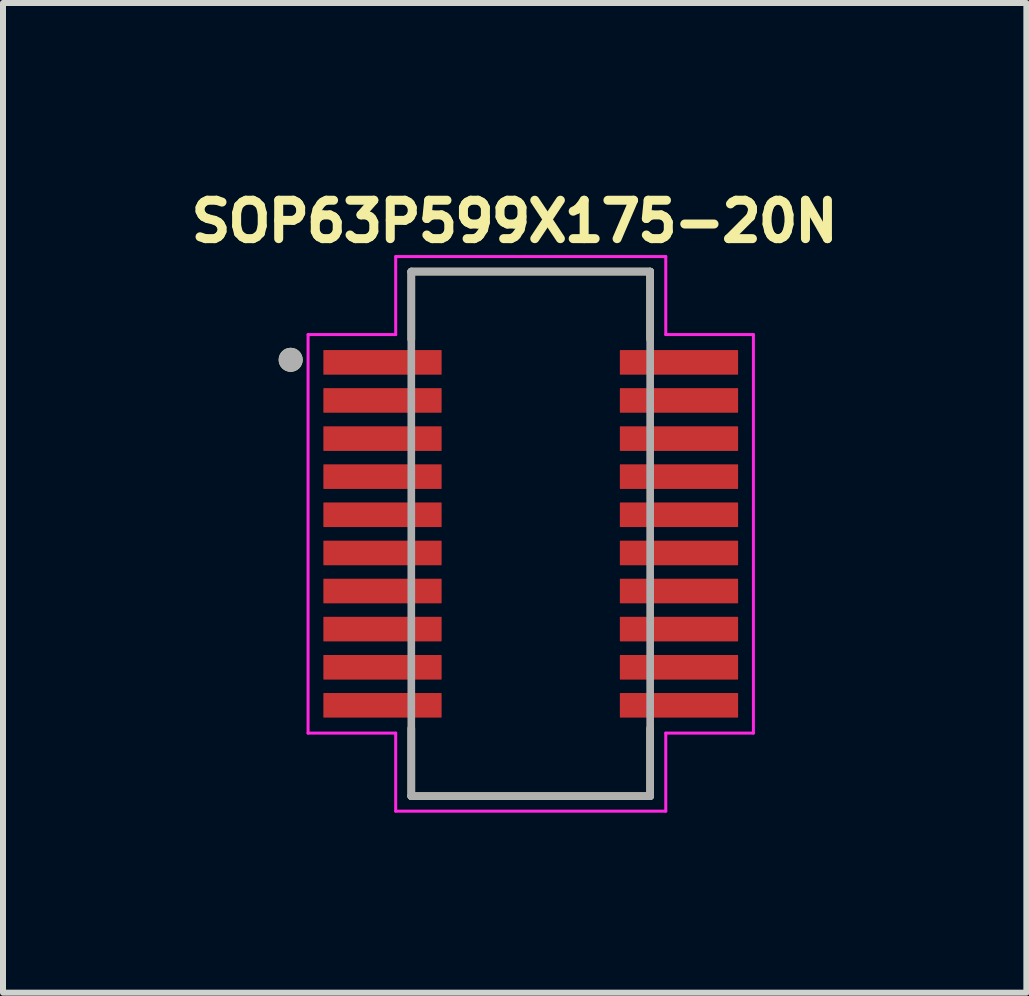
<source format=kicad_pcb>
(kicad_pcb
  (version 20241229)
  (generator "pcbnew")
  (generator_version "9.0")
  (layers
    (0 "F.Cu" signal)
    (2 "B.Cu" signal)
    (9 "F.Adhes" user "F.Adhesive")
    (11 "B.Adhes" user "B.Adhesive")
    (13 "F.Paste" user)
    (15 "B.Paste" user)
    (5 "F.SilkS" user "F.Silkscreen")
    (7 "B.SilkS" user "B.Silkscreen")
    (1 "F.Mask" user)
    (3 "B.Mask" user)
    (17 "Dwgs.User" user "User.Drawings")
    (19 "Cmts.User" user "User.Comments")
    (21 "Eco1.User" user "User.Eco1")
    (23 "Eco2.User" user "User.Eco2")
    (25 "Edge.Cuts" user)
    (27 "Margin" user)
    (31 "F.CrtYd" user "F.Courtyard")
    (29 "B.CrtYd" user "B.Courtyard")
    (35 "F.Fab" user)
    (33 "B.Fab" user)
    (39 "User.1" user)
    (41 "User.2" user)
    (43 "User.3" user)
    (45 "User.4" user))
  (footprint "SOP63P599X175-20N"
    (layer "F.Cu")
    (at 5.793 5.845)
    (property "Reference" "SOP63P599X175-20N" (at -0.268 -5.207 0) (layer "F.SilkS") (effects (font (size 0.64 0.64) (thickness 0.15))))
    (attr through_hole)
    (fp_line (start -1.99 -4.37) (end 1.99 -4.37) (stroke (width 0.127) (type solid)) (layer "F.SilkS"))
    (fp_line (start -1.99 -3.24) (end -1.99 -4.37) (stroke (width 0.127) (type solid)) (layer "F.SilkS"))
    (fp_line (start -1.99 3.24) (end -1.99 4.37) (stroke (width 0.127) (type solid)) (layer "F.SilkS"))
    (fp_line (start -1.99 4.37) (end 1.99 4.37) (stroke (width 0.127) (type solid)) (layer "F.SilkS"))
    (fp_line (start 1.99 -4.37) (end 1.99 -3.24) (stroke (width 0.127) (type solid)) (layer "F.SilkS"))
    (fp_line (start 1.99 4.37) (end 1.99 3.24) (stroke (width 0.127) (type solid)) (layer "F.SilkS"))
    (fp_circle (center -4 -2.9) (end -3.9 -2.9) (stroke (width 0.2) (type solid)) (fill no) (layer "F.SilkS"))
    (fp_line (start -3.71 -3.32) (end -2.25 -3.32) (stroke (width 0.05) (type solid)) (layer "F.CrtYd"))
    (fp_line (start -3.71 3.32) (end -3.71 -3.32) (stroke (width 0.05) (type solid)) (layer "F.CrtYd"))
    (fp_line (start -2.25 -4.62) (end 2.25 -4.62) (stroke (width 0.05) (type solid)) (layer "F.CrtYd"))
    (fp_line (start -2.25 -3.32) (end -2.25 -4.62) (stroke (width 0.05) (type solid)) (layer "F.CrtYd"))
    (fp_line (start -2.25 3.32) (end -3.71 3.32) (stroke (width 0.05) (type solid)) (layer "F.CrtYd"))
    (fp_line (start -2.25 4.62) (end -2.25 3.32) (stroke (width 0.05) (type solid)) (layer "F.CrtYd"))
    (fp_line (start 2.25 -4.62) (end 2.25 -3.32) (stroke (width 0.05) (type solid)) (layer "F.CrtYd"))
    (fp_line (start 2.25 -3.32) (end 3.71 -3.32) (stroke (width 0.05) (type solid)) (layer "F.CrtYd"))
    (fp_line (start 2.25 3.32) (end 2.25 4.62) (stroke (width 0.05) (type solid)) (layer "F.CrtYd"))
    (fp_line (start 2.25 4.62) (end -2.25 4.62) (stroke (width 0.05) (type solid)) (layer "F.CrtYd"))
    (fp_line (start 3.71 3.32) (end 2.25 3.32) (stroke (width 0.05) (type solid)) (layer "F.CrtYd"))
    (fp_line (start 3.71 3.32) (end 3.71 -3.32) (stroke (width 0.05) (type solid)) (layer "F.CrtYd"))
    (fp_line (start -1.99 -4.37) (end 1.99 -4.37) (stroke (width 0.127) (type solid)) (layer "F.Fab"))
    (fp_line (start -1.99 4.37) (end -1.99 -4.37) (stroke (width 0.127) (type solid)) (layer "F.Fab"))
    (fp_line (start 1.99 -4.37) (end 1.99 4.37) (stroke (width 0.127) (type solid)) (layer "F.Fab"))
    (fp_line (start 1.99 4.37) (end -1.99 4.37) (stroke (width 0.127) (type solid)) (layer "F.Fab"))
    (fp_circle (center -4 -2.9) (end -3.9 -2.9) (stroke (width 0.2) (type solid)) (fill no) (layer "F.Fab"))
    (pad "1" smd roundrect (at -2.47 -2.857) (size 1.97 0.41) (layers "F.Cu" "F.Mask" "F.Paste") (roundrect_rratio 0.02))
    (pad "2" smd roundrect (at -2.47 -2.223) (size 1.97 0.41) (layers "F.Cu" "F.Mask" "F.Paste") (roundrect_rratio 0.02))
    (pad "3" smd roundrect (at -2.47 -1.587) (size 1.97 0.41) (layers "F.Cu" "F.Mask" "F.Paste") (roundrect_rratio 0.02))
    (pad "4" smd roundrect (at -2.47 -0.953) (size 1.97 0.41) (layers "F.Cu" "F.Mask" "F.Paste") (roundrect_rratio 0.02))
    (pad "5" smd roundrect (at -2.47 -0.318) (size 1.97 0.41) (layers "F.Cu" "F.Mask" "F.Paste") (roundrect_rratio 0.02))
    (pad "6" smd roundrect (at -2.47 0.318) (size 1.97 0.41) (layers "F.Cu" "F.Mask" "F.Paste") (roundrect_rratio 0.02))
    (pad "7" smd roundrect (at -2.47 0.953) (size 1.97 0.41) (layers "F.Cu" "F.Mask" "F.Paste") (roundrect_rratio 0.02))
    (pad "8" smd roundrect (at -2.47 1.587) (size 1.97 0.41) (layers "F.Cu" "F.Mask" "F.Paste") (roundrect_rratio 0.02))
    (pad "9" smd roundrect (at -2.47 2.223) (size 1.97 0.41) (layers "F.Cu" "F.Mask" "F.Paste") (roundrect_rratio 0.02))
    (pad "10" smd roundrect (at -2.47 2.857) (size 1.97 0.41) (layers "F.Cu" "F.Mask" "F.Paste") (roundrect_rratio 0.02))
    (pad "11" smd roundrect (at 2.47 2.857 180) (size 1.97 0.41) (layers "F.Cu" "F.Mask" "F.Paste") (roundrect_rratio 0.02))
    (pad "12" smd roundrect (at 2.47 2.223 180) (size 1.97 0.41) (layers "F.Cu" "F.Mask" "F.Paste") (roundrect_rratio 0.02))
    (pad "13" smd roundrect (at 2.47 1.587 180) (size 1.97 0.41) (layers "F.Cu" "F.Mask" "F.Paste") (roundrect_rratio 0.02))
    (pad "14" smd roundrect (at 2.47 0.953 180) (size 1.97 0.41) (layers "F.Cu" "F.Mask" "F.Paste") (roundrect_rratio 0.02))
    (pad "15" smd roundrect (at 2.47 0.318 180) (size 1.97 0.41) (layers "F.Cu" "F.Mask" "F.Paste") (roundrect_rratio 0.02))
    (pad "16" smd roundrect (at 2.47 -0.318 180) (size 1.97 0.41) (layers "F.Cu" "F.Mask" "F.Paste") (roundrect_rratio 0.02))
    (pad "17" smd roundrect (at 2.47 -0.953 180) (size 1.97 0.41) (layers "F.Cu" "F.Mask" "F.Paste") (roundrect_rratio 0.02))
    (pad "18" smd roundrect (at 2.47 -1.587 180) (size 1.97 0.41) (layers "F.Cu" "F.Mask" "F.Paste") (roundrect_rratio 0.02))
    (pad "19" smd roundrect (at 2.47 -2.223 180) (size 1.97 0.41) (layers "F.Cu" "F.Mask" "F.Paste") (roundrect_rratio 0.02))
    (pad "20" smd roundrect (at 2.47 -2.857 180) (size 1.97 0.41) (layers "F.Cu" "F.Mask" "F.Paste") (roundrect_rratio 0.02)))
  (gr_rect
    (start -3 -3)
    (end 14.051 13.49)
    (stroke (width 0.1) (type default))
    (fill no)
    (layer "Edge.Cuts")))
</source>
